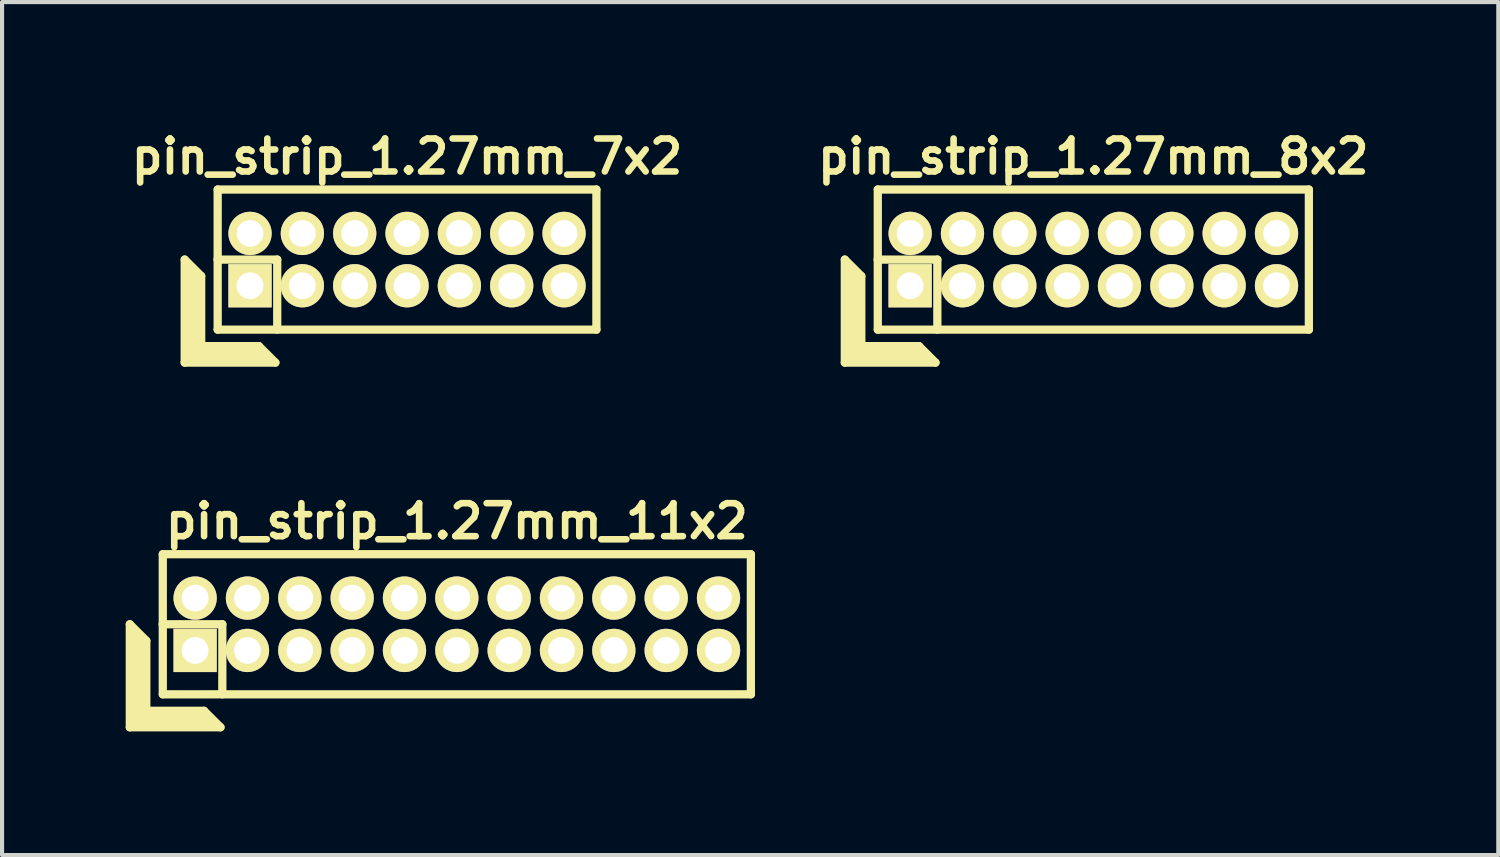
<source format=kicad_pcb>
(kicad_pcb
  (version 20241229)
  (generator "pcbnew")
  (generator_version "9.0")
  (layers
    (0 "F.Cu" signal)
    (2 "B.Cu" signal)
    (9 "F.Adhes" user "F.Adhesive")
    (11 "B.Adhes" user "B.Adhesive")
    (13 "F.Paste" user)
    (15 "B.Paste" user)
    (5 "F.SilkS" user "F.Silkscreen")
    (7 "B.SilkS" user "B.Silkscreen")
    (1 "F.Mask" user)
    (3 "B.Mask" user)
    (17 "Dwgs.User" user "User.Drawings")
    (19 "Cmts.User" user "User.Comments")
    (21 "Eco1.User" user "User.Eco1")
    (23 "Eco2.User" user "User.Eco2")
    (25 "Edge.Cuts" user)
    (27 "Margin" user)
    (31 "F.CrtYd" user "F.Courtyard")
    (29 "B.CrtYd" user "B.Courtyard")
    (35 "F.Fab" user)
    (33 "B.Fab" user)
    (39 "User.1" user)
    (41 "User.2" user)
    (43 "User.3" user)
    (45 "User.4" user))
  (footprint "pin_strip_1.27mm_7x2"
    (layer "F.Cu")
    (at 6.827 3.249)
    (property "Reference" "pin_strip_1.27mm_7x2" (at 0 -2.5 0) (layer "F.SilkS") (effects (font (size 0.8 0.8) (thickness 0.16))))
    (attr through_hole)
    (fp_line (start -5.395 0) (end -5.395 2.5) (stroke (width 0.2) (type solid)) (layer "F.SilkS"))
    (fp_line (start -5.395 0) (end -4.995 0.4) (stroke (width 0.2) (type solid)) (layer "F.SilkS"))
    (fp_line (start -5.395 2.5) (end -3.195 2.5) (stroke (width 0.2) (type solid)) (layer "F.SilkS"))
    (fp_line (start -5.295 2.4) (end -5.295 0.2) (stroke (width 0.2) (type solid)) (layer "F.SilkS"))
    (fp_line (start -5.295 2.4) (end -3.395 2.4) (stroke (width 0.2) (type solid)) (layer "F.SilkS"))
    (fp_line (start -5.195 2.3) (end -5.195 0.3) (stroke (width 0.2) (type solid)) (layer "F.SilkS"))
    (fp_line (start -5.195 2.3) (end -3.495 2.3) (stroke (width 0.2) (type solid)) (layer "F.SilkS"))
    (fp_line (start -5.095 2.2) (end -5.095 0.4) (stroke (width 0.2) (type solid)) (layer "F.SilkS"))
    (fp_line (start -5.095 2.2) (end -3.595 2.2) (stroke (width 0.2) (type solid)) (layer "F.SilkS"))
    (fp_line (start -4.995 2.1) (end -4.995 0.4) (stroke (width 0.2) (type solid)) (layer "F.SilkS"))
    (fp_line (start -4.995 2.1) (end -3.595 2.1) (stroke (width 0.2) (type solid)) (layer "F.SilkS"))
    (fp_line (start -4.6 0) (end -3.15 0) (stroke (width 0.2) (type solid)) (layer "F.SilkS"))
    (fp_line (start -4.595 -1.7) (end 4.595 -1.7) (stroke (width 0.2) (type solid)) (layer "F.SilkS"))
    (fp_line (start -4.595 1.7) (end -4.595 -1.7) (stroke (width 0.2) (type solid)) (layer "F.SilkS"))
    (fp_line (start -3.595 2.1) (end -3.195 2.5) (stroke (width 0.2) (type solid)) (layer "F.SilkS"))
    (fp_line (start -3.15 0) (end -3.15 1.7) (stroke (width 0.2) (type solid)) (layer "F.SilkS"))
    (fp_line (start 4.595 -1.7) (end 4.595 1.7) (stroke (width 0.2) (type solid)) (layer "F.SilkS"))
    (fp_line (start 4.595 1.7) (end -4.595 1.7) (stroke (width 0.2) (type solid)) (layer "F.SilkS"))
    (pad "1" thru_hole rect (at -3.81 0.635) (size 1.05 1.05) (drill 0.65) (layers "*.Cu" "*.Mask" "F.SilkS"))
    (pad "2" thru_hole oval (at -3.81 -0.635) (size 1.05 1.05) (drill 0.65) (layers "*.Cu" "*.Mask" "F.SilkS"))
    (pad "3" thru_hole oval (at -2.54 0.635) (size 1.05 1.05) (drill 0.65) (layers "*.Cu" "*.Mask" "F.SilkS"))
    (pad "4" thru_hole oval (at -2.54 -0.635) (size 1.05 1.05) (drill 0.65) (layers "*.Cu" "*.Mask" "F.SilkS"))
    (pad "5" thru_hole oval (at -1.27 0.635) (size 1.05 1.05) (drill 0.65) (layers "*.Cu" "*.Mask" "F.SilkS"))
    (pad "6" thru_hole oval (at -1.27 -0.635) (size 1.05 1.05) (drill 0.65) (layers "*.Cu" "*.Mask" "F.SilkS"))
    (pad "7" thru_hole oval (at 0 0.635) (size 1.05 1.05) (drill 0.65) (layers "*.Cu" "*.Mask" "F.SilkS"))
    (pad "8" thru_hole oval (at 0 -0.635) (size 1.05 1.05) (drill 0.65) (layers "*.Cu" "*.Mask" "F.SilkS"))
    (pad "9" thru_hole oval (at 1.27 0.635) (size 1.05 1.05) (drill 0.65) (layers "*.Cu" "*.Mask" "F.SilkS"))
    (pad "10" thru_hole oval (at 1.27 -0.635) (size 1.05 1.05) (drill 0.65) (layers "*.Cu" "*.Mask" "F.SilkS"))
    (pad "11" thru_hole oval (at 2.54 0.635) (size 1.05 1.05) (drill 0.65) (layers "*.Cu" "*.Mask" "F.SilkS"))
    (pad "12" thru_hole oval (at 2.54 -0.635) (size 1.05 1.05) (drill 0.65) (layers "*.Cu" "*.Mask" "F.SilkS"))
    (pad "13" thru_hole oval (at 3.81 0.635) (size 1.05 1.05) (drill 0.65) (layers "*.Cu" "*.Mask" "F.SilkS"))
    (pad "14" thru_hole oval (at 3.81 -0.635) (size 1.05 1.05) (drill 0.65) (layers "*.Cu" "*.Mask" "F.SilkS")))
  (footprint "pin_strip_1.27mm_11x2"
    (layer "F.Cu")
    (at 8.035 12.098)
    (property "Reference" "pin_strip_1.27mm_11x2" (at 0 -2.5 0) (layer "F.SilkS") (effects (font (size 0.8 0.8) (thickness 0.16))))
    (attr through_hole)
    (fp_line (start -7.935 0) (end -7.935 2.5) (stroke (width 0.2) (type solid)) (layer "F.SilkS"))
    (fp_line (start -7.935 0) (end -7.535 0.4) (stroke (width 0.2) (type solid)) (layer "F.SilkS"))
    (fp_line (start -7.935 2.5) (end -5.735 2.5) (stroke (width 0.2) (type solid)) (layer "F.SilkS"))
    (fp_line (start -7.835 2.4) (end -7.835 0.2) (stroke (width 0.2) (type solid)) (layer "F.SilkS"))
    (fp_line (start -7.835 2.4) (end -5.935 2.4) (stroke (width 0.2) (type solid)) (layer "F.SilkS"))
    (fp_line (start -7.735 2.3) (end -7.735 0.3) (stroke (width 0.2) (type solid)) (layer "F.SilkS"))
    (fp_line (start -7.735 2.3) (end -6.035 2.3) (stroke (width 0.2) (type solid)) (layer "F.SilkS"))
    (fp_line (start -7.635 2.2) (end -7.635 0.4) (stroke (width 0.2) (type solid)) (layer "F.SilkS"))
    (fp_line (start -7.635 2.2) (end -6.135 2.2) (stroke (width 0.2) (type solid)) (layer "F.SilkS"))
    (fp_line (start -7.535 2.1) (end -7.535 0.4) (stroke (width 0.2) (type solid)) (layer "F.SilkS"))
    (fp_line (start -7.535 2.1) (end -6.135 2.1) (stroke (width 0.2) (type solid)) (layer "F.SilkS"))
    (fp_line (start -7.14 0) (end -5.69 0) (stroke (width 0.2) (type solid)) (layer "F.SilkS"))
    (fp_line (start -7.135 -1.7) (end 7.135 -1.7) (stroke (width 0.2) (type solid)) (layer "F.SilkS"))
    (fp_line (start -7.135 1.7) (end -7.135 -1.7) (stroke (width 0.2) (type solid)) (layer "F.SilkS"))
    (fp_line (start -6.135 2.1) (end -5.735 2.5) (stroke (width 0.2) (type solid)) (layer "F.SilkS"))
    (fp_line (start -5.69 0) (end -5.69 1.7) (stroke (width 0.2) (type solid)) (layer "F.SilkS"))
    (fp_line (start 7.135 -1.7) (end 7.135 1.7) (stroke (width 0.2) (type solid)) (layer "F.SilkS"))
    (fp_line (start 7.135 1.7) (end -7.135 1.7) (stroke (width 0.2) (type solid)) (layer "F.SilkS"))
    (pad "1" thru_hole rect (at -6.35 0.635) (size 1.05 1.05) (drill 0.65) (layers "*.Cu" "*.Mask" "F.SilkS"))
    (pad "2" thru_hole oval (at -6.35 -0.635) (size 1.05 1.05) (drill 0.65) (layers "*.Cu" "*.Mask" "F.SilkS"))
    (pad "3" thru_hole oval (at -5.08 0.635) (size 1.05 1.05) (drill 0.65) (layers "*.Cu" "*.Mask" "F.SilkS"))
    (pad "4" thru_hole oval (at -5.08 -0.635) (size 1.05 1.05) (drill 0.65) (layers "*.Cu" "*.Mask" "F.SilkS"))
    (pad "5" thru_hole oval (at -3.81 0.635) (size 1.05 1.05) (drill 0.65) (layers "*.Cu" "*.Mask" "F.SilkS"))
    (pad "6" thru_hole oval (at -3.81 -0.635) (size 1.05 1.05) (drill 0.65) (layers "*.Cu" "*.Mask" "F.SilkS"))
    (pad "7" thru_hole oval (at -2.54 0.635) (size 1.05 1.05) (drill 0.65) (layers "*.Cu" "*.Mask" "F.SilkS"))
    (pad "8" thru_hole oval (at -2.54 -0.635) (size 1.05 1.05) (drill 0.65) (layers "*.Cu" "*.Mask" "F.SilkS"))
    (pad "9" thru_hole oval (at -1.27 0.635) (size 1.05 1.05) (drill 0.65) (layers "*.Cu" "*.Mask" "F.SilkS"))
    (pad "10" thru_hole oval (at -1.27 -0.635) (size 1.05 1.05) (drill 0.65) (layers "*.Cu" "*.Mask" "F.SilkS"))
    (pad "11" thru_hole oval (at 0 0.635) (size 1.05 1.05) (drill 0.65) (layers "*.Cu" "*.Mask" "F.SilkS"))
    (pad "12" thru_hole oval (at 0 -0.635) (size 1.05 1.05) (drill 0.65) (layers "*.Cu" "*.Mask" "F.SilkS"))
    (pad "13" thru_hole oval (at 1.27 0.635) (size 1.05 1.05) (drill 0.65) (layers "*.Cu" "*.Mask" "F.SilkS"))
    (pad "14" thru_hole oval (at 1.27 -0.635) (size 1.05 1.05) (drill 0.65) (layers "*.Cu" "*.Mask" "F.SilkS"))
    (pad "15" thru_hole oval (at 2.54 0.635) (size 1.05 1.05) (drill 0.65) (layers "*.Cu" "*.Mask" "F.SilkS"))
    (pad "16" thru_hole oval (at 2.54 -0.635) (size 1.05 1.05) (drill 0.65) (layers "*.Cu" "*.Mask" "F.SilkS"))
    (pad "17" thru_hole oval (at 3.81 0.635) (size 1.05 1.05) (drill 0.65) (layers "*.Cu" "*.Mask" "F.SilkS"))
    (pad "18" thru_hole oval (at 3.81 -0.635) (size 1.05 1.05) (drill 0.65) (layers "*.Cu" "*.Mask" "F.SilkS"))
    (pad "19" thru_hole oval (at 5.08 0.635) (size 1.05 1.05) (drill 0.65) (layers "*.Cu" "*.Mask" "F.SilkS"))
    (pad "20" thru_hole oval (at 5.08 -0.635) (size 1.05 1.05) (drill 0.65) (layers "*.Cu" "*.Mask" "F.SilkS"))
    (pad "21" thru_hole oval (at 6.35 0.635) (size 1.05 1.05) (drill 0.65) (layers "*.Cu" "*.Mask" "F.SilkS"))
    (pad "22" thru_hole oval (at 6.35 -0.635) (size 1.05 1.05) (drill 0.65) (layers "*.Cu" "*.Mask" "F.SilkS")))
  (footprint "pin_strip_1.27mm_8x2"
    (layer "F.Cu")
    (at 23.48 3.249)
    (property "Reference" "pin_strip_1.27mm_8x2" (at 0 -2.5 0) (layer "F.SilkS") (effects (font (size 0.8 0.8) (thickness 0.16))))
    (attr through_hole)
    (fp_line (start -6.03 0) (end -6.03 2.5) (stroke (width 0.2) (type solid)) (layer "F.SilkS"))
    (fp_line (start -6.03 0) (end -5.63 0.4) (stroke (width 0.2) (type solid)) (layer "F.SilkS"))
    (fp_line (start -6.03 2.5) (end -3.83 2.5) (stroke (width 0.2) (type solid)) (layer "F.SilkS"))
    (fp_line (start -5.93 2.4) (end -5.93 0.2) (stroke (width 0.2) (type solid)) (layer "F.SilkS"))
    (fp_line (start -5.93 2.4) (end -4.03 2.4) (stroke (width 0.2) (type solid)) (layer "F.SilkS"))
    (fp_line (start -5.83 2.3) (end -5.83 0.3) (stroke (width 0.2) (type solid)) (layer "F.SilkS"))
    (fp_line (start -5.83 2.3) (end -4.13 2.3) (stroke (width 0.2) (type solid)) (layer "F.SilkS"))
    (fp_line (start -5.73 2.2) (end -5.73 0.4) (stroke (width 0.2) (type solid)) (layer "F.SilkS"))
    (fp_line (start -5.73 2.2) (end -4.23 2.2) (stroke (width 0.2) (type solid)) (layer "F.SilkS"))
    (fp_line (start -5.63 2.1) (end -5.63 0.4) (stroke (width 0.2) (type solid)) (layer "F.SilkS"))
    (fp_line (start -5.63 2.1) (end -4.23 2.1) (stroke (width 0.2) (type solid)) (layer "F.SilkS"))
    (fp_line (start -5.235 0) (end -3.785 0) (stroke (width 0.2) (type solid)) (layer "F.SilkS"))
    (fp_line (start -5.23 -1.7) (end 5.23 -1.7) (stroke (width 0.2) (type solid)) (layer "F.SilkS"))
    (fp_line (start -5.23 1.7) (end -5.23 -1.7) (stroke (width 0.2) (type solid)) (layer "F.SilkS"))
    (fp_line (start -4.23 2.1) (end -3.83 2.5) (stroke (width 0.2) (type solid)) (layer "F.SilkS"))
    (fp_line (start -3.785 0) (end -3.785 1.7) (stroke (width 0.2) (type solid)) (layer "F.SilkS"))
    (fp_line (start 5.23 -1.7) (end 5.23 1.7) (stroke (width 0.2) (type solid)) (layer "F.SilkS"))
    (fp_line (start 5.23 1.7) (end -5.23 1.7) (stroke (width 0.2) (type solid)) (layer "F.SilkS"))
    (pad "1" thru_hole rect (at -4.445 0.635) (size 1.05 1.05) (drill 0.65) (layers "*.Cu" "*.Mask" "F.SilkS"))
    (pad "2" thru_hole oval (at -4.445 -0.635) (size 1.05 1.05) (drill 0.65) (layers "*.Cu" "*.Mask" "F.SilkS"))
    (pad "3" thru_hole oval (at -3.175 0.635) (size 1.05 1.05) (drill 0.65) (layers "*.Cu" "*.Mask" "F.SilkS"))
    (pad "4" thru_hole oval (at -3.175 -0.635) (size 1.05 1.05) (drill 0.65) (layers "*.Cu" "*.Mask" "F.SilkS"))
    (pad "5" thru_hole oval (at -1.905 0.635) (size 1.05 1.05) (drill 0.65) (layers "*.Cu" "*.Mask" "F.SilkS"))
    (pad "6" thru_hole oval (at -1.905 -0.635) (size 1.05 1.05) (drill 0.65) (layers "*.Cu" "*.Mask" "F.SilkS"))
    (pad "7" thru_hole oval (at -0.635 0.635) (size 1.05 1.05) (drill 0.65) (layers "*.Cu" "*.Mask" "F.SilkS"))
    (pad "8" thru_hole oval (at -0.635 -0.635) (size 1.05 1.05) (drill 0.65) (layers "*.Cu" "*.Mask" "F.SilkS"))
    (pad "9" thru_hole oval (at 0.635 0.635) (size 1.05 1.05) (drill 0.65) (layers "*.Cu" "*.Mask" "F.SilkS"))
    (pad "10" thru_hole oval (at 0.635 -0.635) (size 1.05 1.05) (drill 0.65) (layers "*.Cu" "*.Mask" "F.SilkS"))
    (pad "11" thru_hole oval (at 1.905 0.635) (size 1.05 1.05) (drill 0.65) (layers "*.Cu" "*.Mask" "F.SilkS"))
    (pad "12" thru_hole oval (at 1.905 -0.635) (size 1.05 1.05) (drill 0.65) (layers "*.Cu" "*.Mask" "F.SilkS"))
    (pad "13" thru_hole oval (at 3.175 0.635) (size 1.05 1.05) (drill 0.65) (layers "*.Cu" "*.Mask" "F.SilkS"))
    (pad "14" thru_hole oval (at 3.175 -0.635) (size 1.05 1.05) (drill 0.65) (layers "*.Cu" "*.Mask" "F.SilkS"))
    (pad "15" thru_hole oval (at 4.445 0.635) (size 1.05 1.05) (drill 0.65) (layers "*.Cu" "*.Mask" "F.SilkS"))
    (pad "16" thru_hole oval (at 4.445 -0.635) (size 1.05 1.05) (drill 0.65) (layers "*.Cu" "*.Mask" "F.SilkS")))
  (gr_rect
    (start -3 -3)
    (end 33.307 17.698)
    (stroke (width 0.1) (type default))
    (fill no)
    (layer "Edge.Cuts")))
</source>
